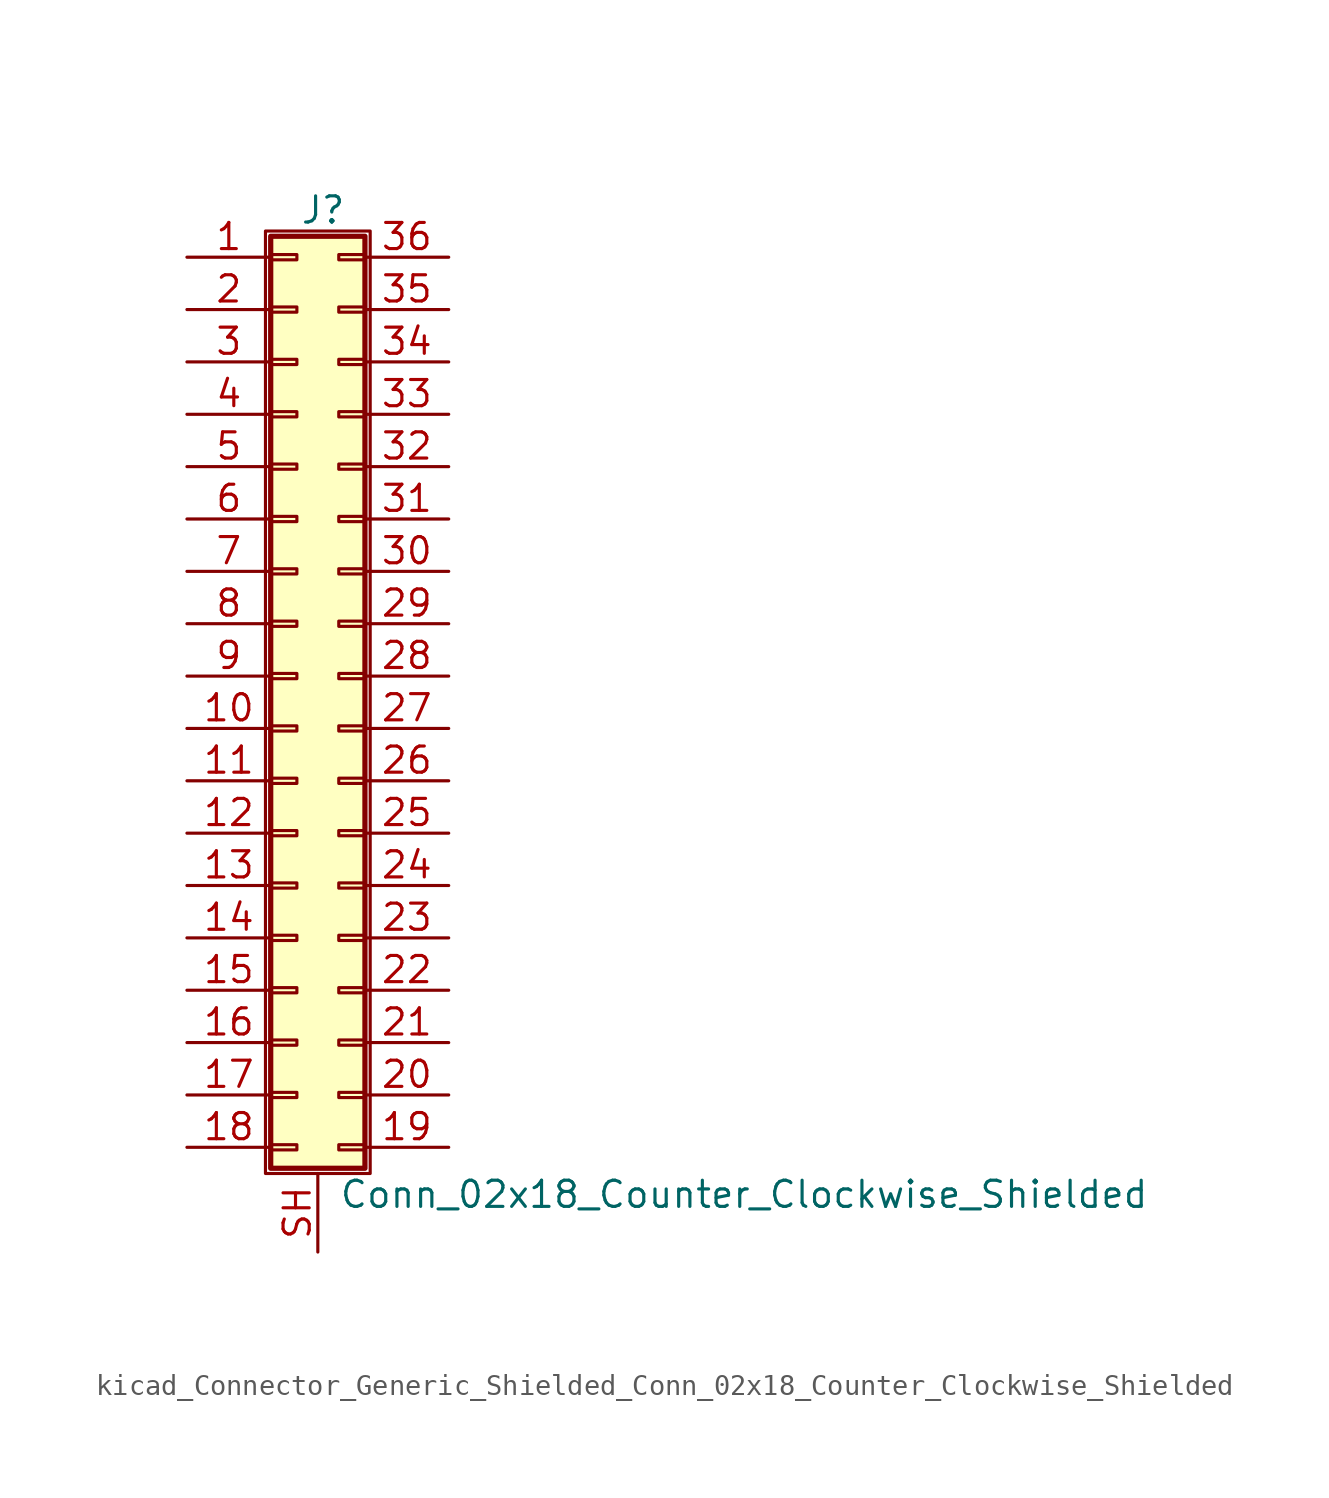
<source format=kicad_sym>
(kicad_symbol_lib
  (version 20220914)
  (generator kicad_symbol_editor)
  (symbol "kicad_Connector_Generic_Shielded_Conn_02x18_Counter_Clockwise_Shielded"
    (pin_names
      (offset 1.016) hide)
    (property "Reference" "J"
      (at 1.524 22.606 0)
      (effects (font (size 1.27 1.27))))
    (property "Value" "Conn_02x18_Counter_Clockwise_Shielded"
      (at 2.286 -25.146 0)
      (effects (font (size 1.27 1.27)) (justify left)))
    (symbol "kicad_Connector_Generic_Shielded_Conn_02x18_Counter_Clockwise_Shielded_1_1"
      (rectangle (start -1.27 21.59) (end 3.81 -24.13) (stroke (width 0.152) (type default)) (fill (type none)))
      (rectangle (start -1.016 -22.733) (end 0.254 -22.987) (stroke (width 0.152) (type default)) (fill (type none)))
      (rectangle (start -1.016 -20.193) (end 0.254 -20.447) (stroke (width 0.152) (type default)) (fill (type none)))
      (rectangle (start -1.016 -17.653) (end 0.254 -17.907) (stroke (width 0.152) (type default)) (fill (type none)))
      (rectangle (start -1.016 -15.113) (end 0.254 -15.367) (stroke (width 0.152) (type default)) (fill (type none)))
      (rectangle (start -1.016 -12.573) (end 0.254 -12.827) (stroke (width 0.152) (type default)) (fill (type none)))
      (rectangle (start -1.016 -10.033) (end 0.254 -10.287) (stroke (width 0.152) (type default)) (fill (type none)))
      (rectangle (start -1.016 -7.493) (end 0.254 -7.747) (stroke (width 0.152) (type default)) (fill (type none)))
      (rectangle (start -1.016 -4.953) (end 0.254 -5.207) (stroke (width 0.152) (type default)) (fill (type none)))
      (rectangle (start -1.016 -2.413) (end 0.254 -2.667) (stroke (width 0.152) (type default)) (fill (type none)))
      (rectangle (start -1.016 0.127) (end 0.254 -0.127) (stroke (width 0.152) (type default)) (fill (type none)))
      (rectangle (start -1.016 2.667) (end 0.254 2.413) (stroke (width 0.152) (type default)) (fill (type none)))
      (rectangle (start -1.016 5.207) (end 0.254 4.953) (stroke (width 0.152) (type default)) (fill (type none)))
      (rectangle (start -1.016 7.747) (end 0.254 7.493) (stroke (width 0.152) (type default)) (fill (type none)))
      (rectangle (start -1.016 10.287) (end 0.254 10.033) (stroke (width 0.152) (type default)) (fill (type none)))
      (rectangle (start -1.016 12.827) (end 0.254 12.573) (stroke (width 0.152) (type default)) (fill (type none)))
      (rectangle (start -1.016 15.367) (end 0.254 15.113) (stroke (width 0.152) (type default)) (fill (type none)))
      (rectangle (start -1.016 17.907) (end 0.254 17.653) (stroke (width 0.152) (type default)) (fill (type none)))
      (rectangle (start -1.016 20.447) (end 0.254 20.193) (stroke (width 0.152) (type default)) (fill (type none)))
      (rectangle (start -1.016 21.336) (end 3.556 -23.876) (stroke (width 0.254) (type default)) (fill (type background)))
      (rectangle (start 3.556 -22.733) (end 2.286 -22.987) (stroke (width 0.152) (type default)) (fill (type none)))
      (rectangle (start 3.556 -20.193) (end 2.286 -20.447) (stroke (width 0.152) (type default)) (fill (type none)))
      (rectangle (start 3.556 -17.653) (end 2.286 -17.907) (stroke (width 0.152) (type default)) (fill (type none)))
      (rectangle (start 3.556 -15.113) (end 2.286 -15.367) (stroke (width 0.152) (type default)) (fill (type none)))
      (rectangle (start 3.556 -12.573) (end 2.286 -12.827) (stroke (width 0.152) (type default)) (fill (type none)))
      (rectangle (start 3.556 -10.033) (end 2.286 -10.287) (stroke (width 0.152) (type default)) (fill (type none)))
      (rectangle (start 3.556 -7.493) (end 2.286 -7.747) (stroke (width 0.152) (type default)) (fill (type none)))
      (rectangle (start 3.556 -4.953) (end 2.286 -5.207) (stroke (width 0.152) (type default)) (fill (type none)))
      (rectangle (start 3.556 -2.413) (end 2.286 -2.667) (stroke (width 0.152) (type default)) (fill (type none)))
      (rectangle (start 3.556 0.127) (end 2.286 -0.127) (stroke (width 0.152) (type default)) (fill (type none)))
      (rectangle (start 3.556 2.667) (end 2.286 2.413) (stroke (width 0.152) (type default)) (fill (type none)))
      (rectangle (start 3.556 5.207) (end 2.286 4.953) (stroke (width 0.152) (type default)) (fill (type none)))
      (rectangle (start 3.556 7.747) (end 2.286 7.493) (stroke (width 0.152) (type default)) (fill (type none)))
      (rectangle (start 3.556 10.287) (end 2.286 10.033) (stroke (width 0.152) (type default)) (fill (type none)))
      (rectangle (start 3.556 12.827) (end 2.286 12.573) (stroke (width 0.152) (type default)) (fill (type none)))
      (rectangle (start 3.556 15.367) (end 2.286 15.113) (stroke (width 0.152) (type default)) (fill (type none)))
      (rectangle (start 3.556 17.907) (end 2.286 17.653) (stroke (width 0.152) (type default)) (fill (type none)))
      (rectangle (start 3.556 20.447) (end 2.286 20.193) (stroke (width 0.152) (type default)) (fill (type none)))
      (pin passive line (at -5.08 20.32 0) (length 4.064) (name "Pin_1" (effects (font (size 1.27 1.27)))) (number "1" (effects (font (size 1.27 1.27)))))
      (pin passive line (at -5.08 -2.54 0) (length 4.064) (name "Pin_10" (effects (font (size 1.27 1.27)))) (number "10" (effects (font (size 1.27 1.27)))))
      (pin passive line (at -5.08 -5.08 0) (length 4.064) (name "Pin_11" (effects (font (size 1.27 1.27)))) (number "11" (effects (font (size 1.27 1.27)))))
      (pin passive line (at -5.08 -7.62 0) (length 4.064) (name "Pin_12" (effects (font (size 1.27 1.27)))) (number "12" (effects (font (size 1.27 1.27)))))
      (pin passive line (at -5.08 -10.16 0) (length 4.064) (name "Pin_13" (effects (font (size 1.27 1.27)))) (number "13" (effects (font (size 1.27 1.27)))))
      (pin passive line (at -5.08 -12.7 0) (length 4.064) (name "Pin_14" (effects (font (size 1.27 1.27)))) (number "14" (effects (font (size 1.27 1.27)))))
      (pin passive line (at -5.08 -15.24 0) (length 4.064) (name "Pin_15" (effects (font (size 1.27 1.27)))) (number "15" (effects (font (size 1.27 1.27)))))
      (pin passive line (at -5.08 -17.78 0) (length 4.064) (name "Pin_16" (effects (font (size 1.27 1.27)))) (number "16" (effects (font (size 1.27 1.27)))))
      (pin passive line (at -5.08 -20.32 0) (length 4.064) (name "Pin_17" (effects (font (size 1.27 1.27)))) (number "17" (effects (font (size 1.27 1.27)))))
      (pin passive line (at -5.08 -22.86 0) (length 4.064) (name "Pin_18" (effects (font (size 1.27 1.27)))) (number "18" (effects (font (size 1.27 1.27)))))
      (pin passive line (at 7.62 -22.86 180) (length 4.064) (name "Pin_19" (effects (font (size 1.27 1.27)))) (number "19" (effects (font (size 1.27 1.27)))))
      (pin passive line (at -5.08 17.78 0) (length 4.064) (name "Pin_2" (effects (font (size 1.27 1.27)))) (number "2" (effects (font (size 1.27 1.27)))))
      (pin passive line (at 7.62 -20.32 180) (length 4.064) (name "Pin_20" (effects (font (size 1.27 1.27)))) (number "20" (effects (font (size 1.27 1.27)))))
      (pin passive line (at 7.62 -17.78 180) (length 4.064) (name "Pin_21" (effects (font (size 1.27 1.27)))) (number "21" (effects (font (size 1.27 1.27)))))
      (pin passive line (at 7.62 -15.24 180) (length 4.064) (name "Pin_22" (effects (font (size 1.27 1.27)))) (number "22" (effects (font (size 1.27 1.27)))))
      (pin passive line (at 7.62 -12.7 180) (length 4.064) (name "Pin_23" (effects (font (size 1.27 1.27)))) (number "23" (effects (font (size 1.27 1.27)))))
      (pin passive line (at 7.62 -10.16 180) (length 4.064) (name "Pin_24" (effects (font (size 1.27 1.27)))) (number "24" (effects (font (size 1.27 1.27)))))
      (pin passive line (at 7.62 -7.62 180) (length 4.064) (name "Pin_25" (effects (font (size 1.27 1.27)))) (number "25" (effects (font (size 1.27 1.27)))))
      (pin passive line (at 7.62 -5.08 180) (length 4.064) (name "Pin_26" (effects (font (size 1.27 1.27)))) (number "26" (effects (font (size 1.27 1.27)))))
      (pin passive line (at 7.62 -2.54 180) (length 4.064) (name "Pin_27" (effects (font (size 1.27 1.27)))) (number "27" (effects (font (size 1.27 1.27)))))
      (pin passive line (at 7.62 0 180) (length 4.064) (name "Pin_28" (effects (font (size 1.27 1.27)))) (number "28" (effects (font (size 1.27 1.27)))))
      (pin passive line (at 7.62 2.54 180) (length 4.064) (name "Pin_29" (effects (font (size 1.27 1.27)))) (number "29" (effects (font (size 1.27 1.27)))))
      (pin passive line (at -5.08 15.24 0) (length 4.064) (name "Pin_3" (effects (font (size 1.27 1.27)))) (number "3" (effects (font (size 1.27 1.27)))))
      (pin passive line (at 7.62 5.08 180) (length 4.064) (name "Pin_30" (effects (font (size 1.27 1.27)))) (number "30" (effects (font (size 1.27 1.27)))))
      (pin passive line (at 7.62 7.62 180) (length 4.064) (name "Pin_31" (effects (font (size 1.27 1.27)))) (number "31" (effects (font (size 1.27 1.27)))))
      (pin passive line (at 7.62 10.16 180) (length 4.064) (name "Pin_32" (effects (font (size 1.27 1.27)))) (number "32" (effects (font (size 1.27 1.27)))))
      (pin passive line (at 7.62 12.7 180) (length 4.064) (name "Pin_33" (effects (font (size 1.27 1.27)))) (number "33" (effects (font (size 1.27 1.27)))))
      (pin passive line (at 7.62 15.24 180) (length 4.064) (name "Pin_34" (effects (font (size 1.27 1.27)))) (number "34" (effects (font (size 1.27 1.27)))))
      (pin passive line (at 7.62 17.78 180) (length 4.064) (name "Pin_35" (effects (font (size 1.27 1.27)))) (number "35" (effects (font (size 1.27 1.27)))))
      (pin passive line (at 7.62 20.32 180) (length 4.064) (name "Pin_36" (effects (font (size 1.27 1.27)))) (number "36" (effects (font (size 1.27 1.27)))))
      (pin passive line (at -5.08 12.7 0) (length 4.064) (name "Pin_4" (effects (font (size 1.27 1.27)))) (number "4" (effects (font (size 1.27 1.27)))))
      (pin passive line (at -5.08 10.16 0) (length 4.064) (name "Pin_5" (effects (font (size 1.27 1.27)))) (number "5" (effects (font (size 1.27 1.27)))))
      (pin passive line (at -5.08 7.62 0) (length 4.064) (name "Pin_6" (effects (font (size 1.27 1.27)))) (number "6" (effects (font (size 1.27 1.27)))))
      (pin passive line (at -5.08 5.08 0) (length 4.064) (name "Pin_7" (effects (font (size 1.27 1.27)))) (number "7" (effects (font (size 1.27 1.27)))))
      (pin passive line (at -5.08 2.54 0) (length 4.064) (name "Pin_8" (effects (font (size 1.27 1.27)))) (number "8" (effects (font (size 1.27 1.27)))))
      (pin passive line (at -5.08 0 0) (length 4.064) (name "Pin_9" (effects (font (size 1.27 1.27)))) (number "9" (effects (font (size 1.27 1.27)))))
      (pin passive line (at 1.27 -27.94 90) (length 3.81) (name "Shield" (effects (font (size 1.27 1.27)))) (number "SH" (effects (font (size 1.27 1.27))))))))
</source>
